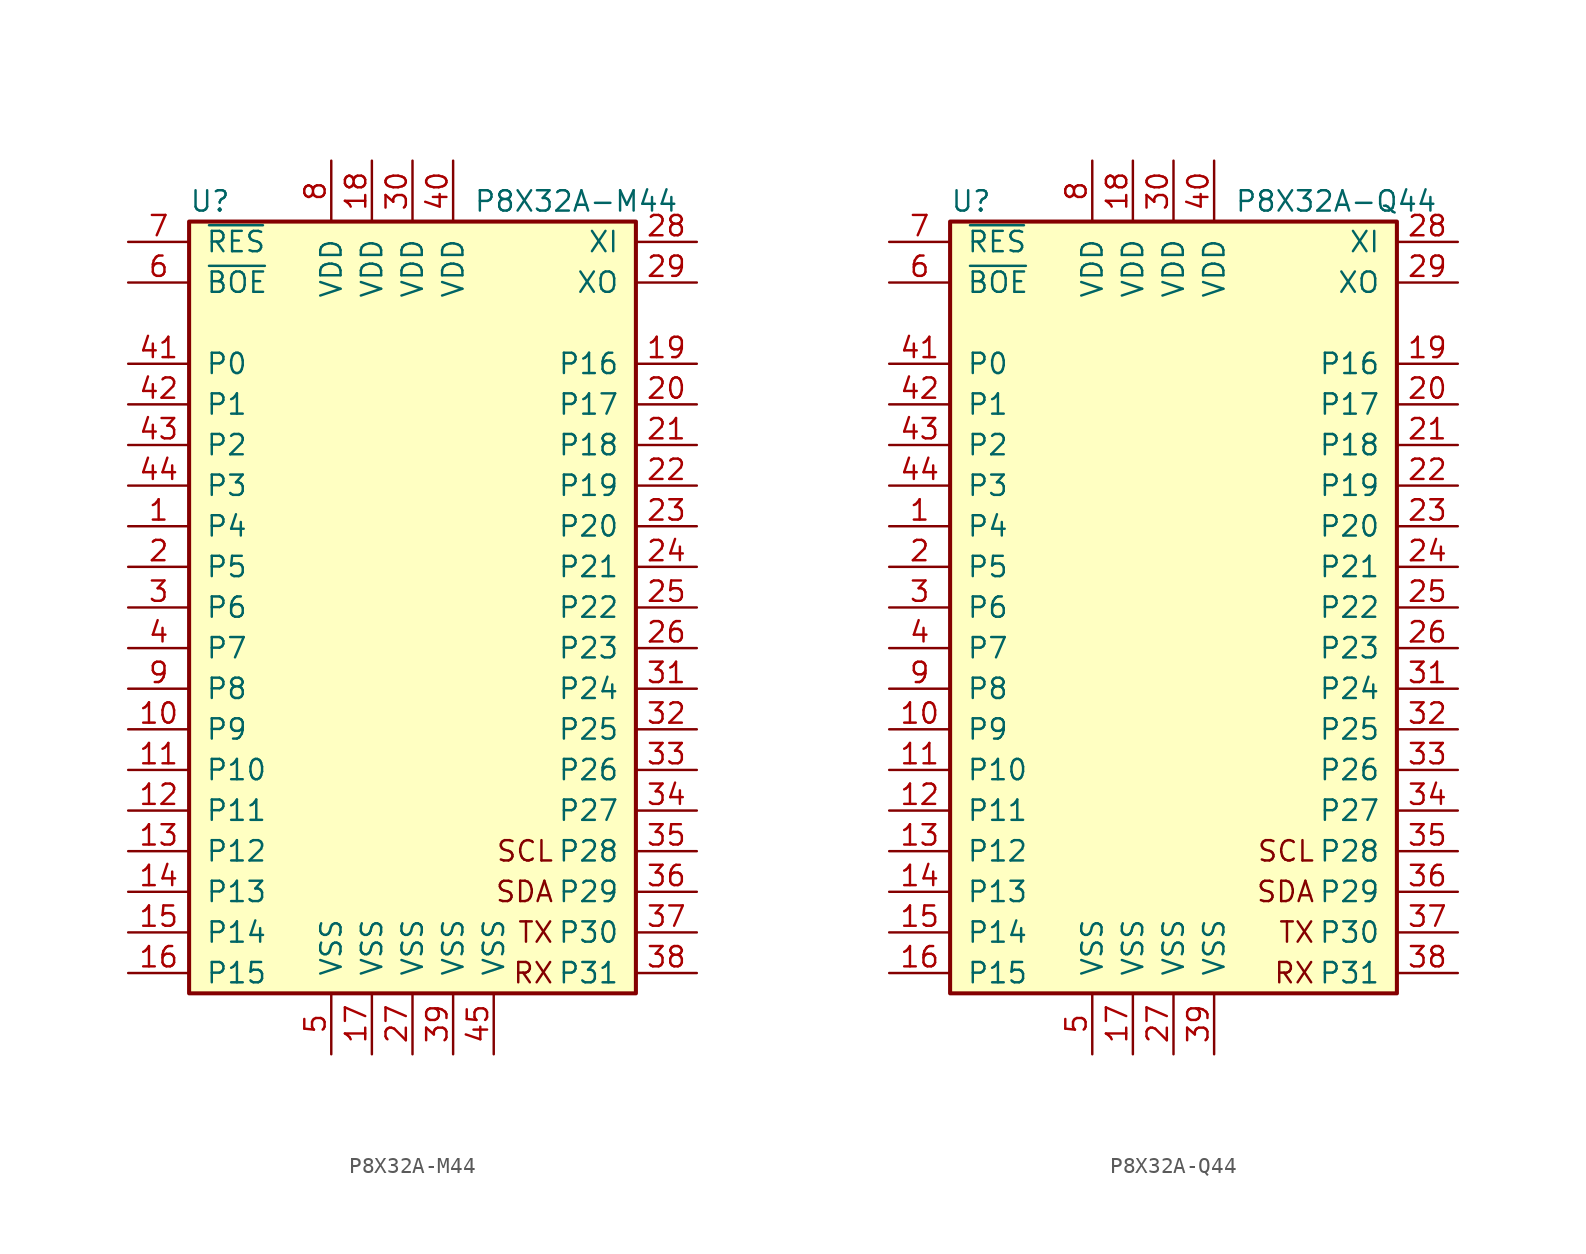
<source format=kicad_sym>
(kicad_symbol_lib
  (version 20201005)
  (generator kicad_symbol_editor)
  (symbol "MCU_Parallax:P8X32A-M44"
    (pin_names
      (offset 1.016))
    (property "Reference" "U"
      (at -13.97 25.4 0)
      (effects (font (size 1.27 1.27)) (justify left)))
    (property "Value" "P8X32A-M44"
      (at 3.81 25.4 0)
      (effects (font (size 1.27 1.27)) (justify left)))
    (symbol "P8X32A-M44_0_1"
      (text "RX" (at 8.89 -22.86 0) (effects (font (size 1.27 1.27)) (justify right)))
      (text "SCL" (at 8.89 -15.24 0) (effects (font (size 1.27 1.27)) (justify right)))
      (text "SDA" (at 8.89 -17.78 0) (effects (font (size 1.27 1.27)) (justify right)))
      (text "TX" (at 8.89 -20.32 0) (effects (font (size 1.27 1.27)) (justify right)))
      (rectangle (start -13.97 24.13) (end 13.97 -24.13) (stroke (width 0.254)) (fill (type background)))
      (pin bidirectional line (at -17.78 5.08 0) (length 3.81) (name "P4" (effects (font (size 1.27 1.27)))) (number "1" (effects (font (size 1.27 1.27)))))
      (pin bidirectional line (at -17.78 2.54 0) (length 3.81) (name "P5" (effects (font (size 1.27 1.27)))) (number "2" (effects (font (size 1.27 1.27)))))
      (pin bidirectional line (at -17.78 0 0) (length 3.81) (name "P6" (effects (font (size 1.27 1.27)))) (number "3" (effects (font (size 1.27 1.27)))))
      (pin bidirectional line (at -17.78 -2.54 0) (length 3.81) (name "P7" (effects (font (size 1.27 1.27)))) (number "4" (effects (font (size 1.27 1.27)))))
      (pin power_in line (at -5.08 -27.94 90) (length 3.81) (name "VSS" (effects (font (size 1.27 1.27)))) (number "5" (effects (font (size 1.27 1.27)))))
      (pin input line (at -17.78 20.32 0) (length 3.81) (name "~BOE" (effects (font (size 1.27 1.27)))) (number "6" (effects (font (size 1.27 1.27)))))
      (pin bidirectional line (at -17.78 22.86 0) (length 3.81) (name "~RES" (effects (font (size 1.27 1.27)))) (number "7" (effects (font (size 1.27 1.27)))))
      (pin power_in line (at -5.08 27.94 270) (length 3.81) (name "VDD" (effects (font (size 1.27 1.27)))) (number "8" (effects (font (size 1.27 1.27)))))
      (pin bidirectional line (at -17.78 -5.08 0) (length 3.81) (name "P8" (effects (font (size 1.27 1.27)))) (number "9" (effects (font (size 1.27 1.27)))))
      (pin bidirectional line (at -17.78 -7.62 0) (length 3.81) (name "P9" (effects (font (size 1.27 1.27)))) (number "10" (effects (font (size 1.27 1.27)))))
      (pin bidirectional line (at 17.78 12.7 180) (length 3.81) (name "P17" (effects (font (size 1.27 1.27)))) (number "20" (effects (font (size 1.27 1.27)))))
      (pin power_in line (at 0 27.94 270) (length 3.81) (name "VDD" (effects (font (size 1.27 1.27)))) (number "30" (effects (font (size 1.27 1.27)))))
      (pin power_in line (at 2.54 27.94 270) (length 3.81) (name "VDD" (effects (font (size 1.27 1.27)))) (number "40" (effects (font (size 1.27 1.27)))))
      (pin bidirectional line (at -17.78 -10.16 0) (length 3.81) (name "P10" (effects (font (size 1.27 1.27)))) (number "11" (effects (font (size 1.27 1.27)))))
      (pin bidirectional line (at 17.78 10.16 180) (length 3.81) (name "P18" (effects (font (size 1.27 1.27)))) (number "21" (effects (font (size 1.27 1.27)))))
      (pin bidirectional line (at 17.78 -5.08 180) (length 3.81) (name "P24" (effects (font (size 1.27 1.27)))) (number "31" (effects (font (size 1.27 1.27)))))
      (pin bidirectional line (at -17.78 15.24 0) (length 3.81) (name "P0" (effects (font (size 1.27 1.27)))) (number "41" (effects (font (size 1.27 1.27)))))
      (pin bidirectional line (at -17.78 -12.7 0) (length 3.81) (name "P11" (effects (font (size 1.27 1.27)))) (number "12" (effects (font (size 1.27 1.27)))))
      (pin bidirectional line (at 17.78 7.62 180) (length 3.81) (name "P19" (effects (font (size 1.27 1.27)))) (number "22" (effects (font (size 1.27 1.27)))))
      (pin bidirectional line (at 17.78 -7.62 180) (length 3.81) (name "P25" (effects (font (size 1.27 1.27)))) (number "32" (effects (font (size 1.27 1.27)))))
      (pin bidirectional line (at -17.78 12.7 0) (length 3.81) (name "P1" (effects (font (size 1.27 1.27)))) (number "42" (effects (font (size 1.27 1.27)))))
      (pin bidirectional line (at -17.78 -15.24 0) (length 3.81) (name "P12" (effects (font (size 1.27 1.27)))) (number "13" (effects (font (size 1.27 1.27)))))
      (pin bidirectional line (at 17.78 5.08 180) (length 3.81) (name "P20" (effects (font (size 1.27 1.27)))) (number "23" (effects (font (size 1.27 1.27)))))
      (pin bidirectional line (at 17.78 -10.16 180) (length 3.81) (name "P26" (effects (font (size 1.27 1.27)))) (number "33" (effects (font (size 1.27 1.27)))))
      (pin bidirectional line (at -17.78 10.16 0) (length 3.81) (name "P2" (effects (font (size 1.27 1.27)))) (number "43" (effects (font (size 1.27 1.27)))))
      (pin bidirectional line (at -17.78 -17.78 0) (length 3.81) (name "P13" (effects (font (size 1.27 1.27)))) (number "14" (effects (font (size 1.27 1.27)))))
      (pin bidirectional line (at 17.78 2.54 180) (length 3.81) (name "P21" (effects (font (size 1.27 1.27)))) (number "24" (effects (font (size 1.27 1.27)))))
      (pin bidirectional line (at 17.78 -12.7 180) (length 3.81) (name "P27" (effects (font (size 1.27 1.27)))) (number "34" (effects (font (size 1.27 1.27)))))
      (pin bidirectional line (at -17.78 7.62 0) (length 3.81) (name "P3" (effects (font (size 1.27 1.27)))) (number "44" (effects (font (size 1.27 1.27)))))
      (pin bidirectional line (at -17.78 -20.32 0) (length 3.81) (name "P14" (effects (font (size 1.27 1.27)))) (number "15" (effects (font (size 1.27 1.27)))))
      (pin bidirectional line (at 17.78 0 180) (length 3.81) (name "P22" (effects (font (size 1.27 1.27)))) (number "25" (effects (font (size 1.27 1.27)))))
      (pin bidirectional line (at 17.78 -15.24 180) (length 3.81) (name "P28" (effects (font (size 1.27 1.27)))) (number "35" (effects (font (size 1.27 1.27)))))
      (pin power_in line (at 5.08 -27.94 90) (length 3.81) (name "VSS" (effects (font (size 1.27 1.27)))) (number "45" (effects (font (size 1.27 1.27)))))
      (pin bidirectional line (at -17.78 -22.86 0) (length 3.81) (name "P15" (effects (font (size 1.27 1.27)))) (number "16" (effects (font (size 1.27 1.27)))))
      (pin bidirectional line (at 17.78 -2.54 180) (length 3.81) (name "P23" (effects (font (size 1.27 1.27)))) (number "26" (effects (font (size 1.27 1.27)))))
      (pin bidirectional line (at 17.78 -17.78 180) (length 3.81) (name "P29" (effects (font (size 1.27 1.27)))) (number "36" (effects (font (size 1.27 1.27)))))
      (pin power_in line (at -2.54 -27.94 90) (length 3.81) (name "VSS" (effects (font (size 1.27 1.27)))) (number "17" (effects (font (size 1.27 1.27)))))
      (pin power_in line (at 0 -27.94 90) (length 3.81) (name "VSS" (effects (font (size 1.27 1.27)))) (number "27" (effects (font (size 1.27 1.27)))))
      (pin bidirectional line (at 17.78 -20.32 180) (length 3.81) (name "P30" (effects (font (size 1.27 1.27)))) (number "37" (effects (font (size 1.27 1.27)))))
      (pin power_in line (at -2.54 27.94 270) (length 3.81) (name "VDD" (effects (font (size 1.27 1.27)))) (number "18" (effects (font (size 1.27 1.27)))))
      (pin input line (at 17.78 22.86 180) (length 3.81) (name "XI" (effects (font (size 1.27 1.27)))) (number "28" (effects (font (size 1.27 1.27)))))
      (pin bidirectional line (at 17.78 -22.86 180) (length 3.81) (name "P31" (effects (font (size 1.27 1.27)))) (number "38" (effects (font (size 1.27 1.27)))))
      (pin bidirectional line (at 17.78 15.24 180) (length 3.81) (name "P16" (effects (font (size 1.27 1.27)))) (number "19" (effects (font (size 1.27 1.27)))))
      (pin output line (at 17.78 20.32 180) (length 3.81) (name "XO" (effects (font (size 1.27 1.27)))) (number "29" (effects (font (size 1.27 1.27)))))
      (pin power_in line (at 2.54 -27.94 90) (length 3.81) (name "VSS" (effects (font (size 1.27 1.27)))) (number "39" (effects (font (size 1.27 1.27)))))))
  (symbol "MCU_Parallax:P8X32A-Q44"
    (pin_names
      (offset 1.016))
    (property "Reference" "U"
      (at -13.97 25.4 0)
      (effects (font (size 1.27 1.27)) (justify left)))
    (property "Value" "P8X32A-Q44"
      (at 3.81 25.4 0)
      (effects (font (size 1.27 1.27)) (justify left)))
    (symbol "P8X32A-Q44_0_1"
      (text "RX" (at 8.89 -22.86 0) (effects (font (size 1.27 1.27)) (justify right)))
      (text "SCL" (at 8.89 -15.24 0) (effects (font (size 1.27 1.27)) (justify right)))
      (text "SDA" (at 8.89 -17.78 0) (effects (font (size 1.27 1.27)) (justify right)))
      (text "TX" (at 8.89 -20.32 0) (effects (font (size 1.27 1.27)) (justify right)))
      (rectangle (start -13.97 24.13) (end 13.97 -24.13) (stroke (width 0.254)) (fill (type background)))
      (pin bidirectional line (at -17.78 5.08 0) (length 3.81) (name "P4" (effects (font (size 1.27 1.27)))) (number "1" (effects (font (size 1.27 1.27)))))
      (pin bidirectional line (at -17.78 2.54 0) (length 3.81) (name "P5" (effects (font (size 1.27 1.27)))) (number "2" (effects (font (size 1.27 1.27)))))
      (pin bidirectional line (at -17.78 0 0) (length 3.81) (name "P6" (effects (font (size 1.27 1.27)))) (number "3" (effects (font (size 1.27 1.27)))))
      (pin bidirectional line (at -17.78 -2.54 0) (length 3.81) (name "P7" (effects (font (size 1.27 1.27)))) (number "4" (effects (font (size 1.27 1.27)))))
      (pin power_in line (at -5.08 -27.94 90) (length 3.81) (name "VSS" (effects (font (size 1.27 1.27)))) (number "5" (effects (font (size 1.27 1.27)))))
      (pin input line (at -17.78 20.32 0) (length 3.81) (name "~BOE" (effects (font (size 1.27 1.27)))) (number "6" (effects (font (size 1.27 1.27)))))
      (pin bidirectional line (at -17.78 22.86 0) (length 3.81) (name "~RES" (effects (font (size 1.27 1.27)))) (number "7" (effects (font (size 1.27 1.27)))))
      (pin power_in line (at -5.08 27.94 270) (length 3.81) (name "VDD" (effects (font (size 1.27 1.27)))) (number "8" (effects (font (size 1.27 1.27)))))
      (pin bidirectional line (at -17.78 -5.08 0) (length 3.81) (name "P8" (effects (font (size 1.27 1.27)))) (number "9" (effects (font (size 1.27 1.27)))))
      (pin bidirectional line (at -17.78 -7.62 0) (length 3.81) (name "P9" (effects (font (size 1.27 1.27)))) (number "10" (effects (font (size 1.27 1.27)))))
      (pin bidirectional line (at 17.78 12.7 180) (length 3.81) (name "P17" (effects (font (size 1.27 1.27)))) (number "20" (effects (font (size 1.27 1.27)))))
      (pin power_in line (at 0 27.94 270) (length 3.81) (name "VDD" (effects (font (size 1.27 1.27)))) (number "30" (effects (font (size 1.27 1.27)))))
      (pin power_in line (at 2.54 27.94 270) (length 3.81) (name "VDD" (effects (font (size 1.27 1.27)))) (number "40" (effects (font (size 1.27 1.27)))))
      (pin bidirectional line (at -17.78 -10.16 0) (length 3.81) (name "P10" (effects (font (size 1.27 1.27)))) (number "11" (effects (font (size 1.27 1.27)))))
      (pin bidirectional line (at 17.78 10.16 180) (length 3.81) (name "P18" (effects (font (size 1.27 1.27)))) (number "21" (effects (font (size 1.27 1.27)))))
      (pin bidirectional line (at 17.78 -5.08 180) (length 3.81) (name "P24" (effects (font (size 1.27 1.27)))) (number "31" (effects (font (size 1.27 1.27)))))
      (pin bidirectional line (at -17.78 15.24 0) (length 3.81) (name "P0" (effects (font (size 1.27 1.27)))) (number "41" (effects (font (size 1.27 1.27)))))
      (pin bidirectional line (at -17.78 -12.7 0) (length 3.81) (name "P11" (effects (font (size 1.27 1.27)))) (number "12" (effects (font (size 1.27 1.27)))))
      (pin bidirectional line (at 17.78 7.62 180) (length 3.81) (name "P19" (effects (font (size 1.27 1.27)))) (number "22" (effects (font (size 1.27 1.27)))))
      (pin bidirectional line (at 17.78 -7.62 180) (length 3.81) (name "P25" (effects (font (size 1.27 1.27)))) (number "32" (effects (font (size 1.27 1.27)))))
      (pin bidirectional line (at -17.78 12.7 0) (length 3.81) (name "P1" (effects (font (size 1.27 1.27)))) (number "42" (effects (font (size 1.27 1.27)))))
      (pin bidirectional line (at -17.78 -15.24 0) (length 3.81) (name "P12" (effects (font (size 1.27 1.27)))) (number "13" (effects (font (size 1.27 1.27)))))
      (pin bidirectional line (at 17.78 5.08 180) (length 3.81) (name "P20" (effects (font (size 1.27 1.27)))) (number "23" (effects (font (size 1.27 1.27)))))
      (pin bidirectional line (at 17.78 -10.16 180) (length 3.81) (name "P26" (effects (font (size 1.27 1.27)))) (number "33" (effects (font (size 1.27 1.27)))))
      (pin bidirectional line (at -17.78 10.16 0) (length 3.81) (name "P2" (effects (font (size 1.27 1.27)))) (number "43" (effects (font (size 1.27 1.27)))))
      (pin bidirectional line (at -17.78 -17.78 0) (length 3.81) (name "P13" (effects (font (size 1.27 1.27)))) (number "14" (effects (font (size 1.27 1.27)))))
      (pin bidirectional line (at 17.78 2.54 180) (length 3.81) (name "P21" (effects (font (size 1.27 1.27)))) (number "24" (effects (font (size 1.27 1.27)))))
      (pin bidirectional line (at 17.78 -12.7 180) (length 3.81) (name "P27" (effects (font (size 1.27 1.27)))) (number "34" (effects (font (size 1.27 1.27)))))
      (pin bidirectional line (at -17.78 7.62 0) (length 3.81) (name "P3" (effects (font (size 1.27 1.27)))) (number "44" (effects (font (size 1.27 1.27)))))
      (pin bidirectional line (at -17.78 -20.32 0) (length 3.81) (name "P14" (effects (font (size 1.27 1.27)))) (number "15" (effects (font (size 1.27 1.27)))))
      (pin bidirectional line (at 17.78 0 180) (length 3.81) (name "P22" (effects (font (size 1.27 1.27)))) (number "25" (effects (font (size 1.27 1.27)))))
      (pin bidirectional line (at 17.78 -15.24 180) (length 3.81) (name "P28" (effects (font (size 1.27 1.27)))) (number "35" (effects (font (size 1.27 1.27)))))
      (pin bidirectional line (at -17.78 -22.86 0) (length 3.81) (name "P15" (effects (font (size 1.27 1.27)))) (number "16" (effects (font (size 1.27 1.27)))))
      (pin bidirectional line (at 17.78 -2.54 180) (length 3.81) (name "P23" (effects (font (size 1.27 1.27)))) (number "26" (effects (font (size 1.27 1.27)))))
      (pin bidirectional line (at 17.78 -17.78 180) (length 3.81) (name "P29" (effects (font (size 1.27 1.27)))) (number "36" (effects (font (size 1.27 1.27)))))
      (pin power_in line (at -2.54 -27.94 90) (length 3.81) (name "VSS" (effects (font (size 1.27 1.27)))) (number "17" (effects (font (size 1.27 1.27)))))
      (pin power_in line (at 0 -27.94 90) (length 3.81) (name "VSS" (effects (font (size 1.27 1.27)))) (number "27" (effects (font (size 1.27 1.27)))))
      (pin bidirectional line (at 17.78 -20.32 180) (length 3.81) (name "P30" (effects (font (size 1.27 1.27)))) (number "37" (effects (font (size 1.27 1.27)))))
      (pin power_in line (at -2.54 27.94 270) (length 3.81) (name "VDD" (effects (font (size 1.27 1.27)))) (number "18" (effects (font (size 1.27 1.27)))))
      (pin input line (at 17.78 22.86 180) (length 3.81) (name "XI" (effects (font (size 1.27 1.27)))) (number "28" (effects (font (size 1.27 1.27)))))
      (pin bidirectional line (at 17.78 -22.86 180) (length 3.81) (name "P31" (effects (font (size 1.27 1.27)))) (number "38" (effects (font (size 1.27 1.27)))))
      (pin bidirectional line (at 17.78 15.24 180) (length 3.81) (name "P16" (effects (font (size 1.27 1.27)))) (number "19" (effects (font (size 1.27 1.27)))))
      (pin output line (at 17.78 20.32 180) (length 3.81) (name "XO" (effects (font (size 1.27 1.27)))) (number "29" (effects (font (size 1.27 1.27)))))
      (pin power_in line (at 2.54 -27.94 90) (length 3.81) (name "VSS" (effects (font (size 1.27 1.27)))) (number "39" (effects (font (size 1.27 1.27))))))))
</source>
